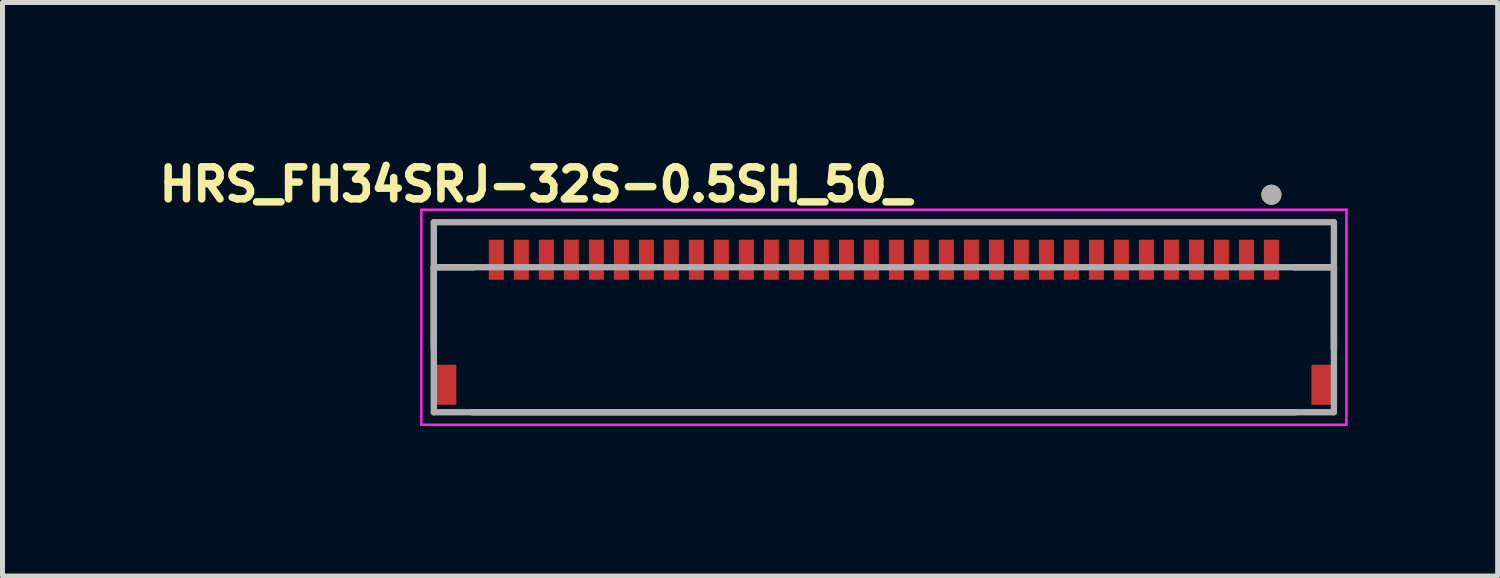
<source format=kicad_pcb>
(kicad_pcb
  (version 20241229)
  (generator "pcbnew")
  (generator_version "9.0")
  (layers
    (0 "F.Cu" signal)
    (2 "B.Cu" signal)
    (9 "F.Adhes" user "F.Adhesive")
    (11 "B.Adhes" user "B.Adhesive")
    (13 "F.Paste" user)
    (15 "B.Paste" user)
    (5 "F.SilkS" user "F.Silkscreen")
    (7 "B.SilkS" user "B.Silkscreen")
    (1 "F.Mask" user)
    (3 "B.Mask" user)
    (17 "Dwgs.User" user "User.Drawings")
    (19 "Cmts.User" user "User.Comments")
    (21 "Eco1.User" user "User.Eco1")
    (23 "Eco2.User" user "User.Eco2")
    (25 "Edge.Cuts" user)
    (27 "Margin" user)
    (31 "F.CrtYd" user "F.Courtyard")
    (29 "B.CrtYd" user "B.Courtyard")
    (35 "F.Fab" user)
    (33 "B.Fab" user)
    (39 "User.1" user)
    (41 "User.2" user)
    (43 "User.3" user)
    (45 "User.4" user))
  (footprint "HRS_FH34SRJ-32S-0.5SH_50_"
    (layer "F.Cu")
    (at 14.626 3.394)
    (property "Reference" "HRS_FH34SRJ-32S-0.5SH_50_" (at -6.968 -2.756 0) (layer "F.SilkS") (effects (font (size 0.64 0.64) (thickness 0.15))))
    (attr smd)
    (fp_line (start -9 -1.1) (end -9 0.53) (stroke (width 0.127) (type solid)) (layer "F.SilkS"))
    (fp_line (start -8.23 1.8) (end 8.23 1.8) (stroke (width 0.127) (type solid)) (layer "F.SilkS"))
    (fp_line (start -8.22 -1.1) (end -9 -1.1) (stroke (width 0.127) (type solid)) (layer "F.SilkS"))
    (fp_line (start 8.22 -1.1) (end 9 -1.1) (stroke (width 0.127) (type solid)) (layer "F.SilkS"))
    (fp_line (start 9 -1.1) (end 9 0.53) (stroke (width 0.127) (type solid)) (layer "F.SilkS"))
    (fp_circle (center 7.75 -2.55) (end 7.85 -2.55) (stroke (width 0.2) (type solid)) (fill no) (layer "F.SilkS"))
    (fp_poly (pts (xy -7.875 -1.65) (xy -7.625 -1.65) (xy -7.625 -1) (xy -7.875 -1)) (stroke (width 0.01) (type solid)) (fill yes) (layer "F.Paste"))
    (fp_poly (pts (xy -7.375 -1.65) (xy -7.125 -1.65) (xy -7.125 -1) (xy -7.375 -1)) (stroke (width 0.01) (type solid)) (fill yes) (layer "F.Paste"))
    (fp_poly (pts (xy -6.875 -1.65) (xy -6.625 -1.65) (xy -6.625 -1) (xy -6.875 -1)) (stroke (width 0.01) (type solid)) (fill yes) (layer "F.Paste"))
    (fp_poly (pts (xy -6.375 -1.65) (xy -6.125 -1.65) (xy -6.125 -1) (xy -6.375 -1)) (stroke (width 0.01) (type solid)) (fill yes) (layer "F.Paste"))
    (fp_poly (pts (xy -5.875 -1.65) (xy -5.625 -1.65) (xy -5.625 -1) (xy -5.875 -1)) (stroke (width 0.01) (type solid)) (fill yes) (layer "F.Paste"))
    (fp_poly (pts (xy -5.375 -1.65) (xy -5.125 -1.65) (xy -5.125 -1) (xy -5.375 -1)) (stroke (width 0.01) (type solid)) (fill yes) (layer "F.Paste"))
    (fp_poly (pts (xy -4.875 -1.65) (xy -4.625 -1.65) (xy -4.625 -1) (xy -4.875 -1)) (stroke (width 0.01) (type solid)) (fill yes) (layer "F.Paste"))
    (fp_poly (pts (xy -4.375 -1.65) (xy -4.125 -1.65) (xy -4.125 -1) (xy -4.375 -1)) (stroke (width 0.01) (type solid)) (fill yes) (layer "F.Paste"))
    (fp_poly (pts (xy -3.875 -1.65) (xy -3.625 -1.65) (xy -3.625 -1) (xy -3.875 -1)) (stroke (width 0.01) (type solid)) (fill yes) (layer "F.Paste"))
    (fp_poly (pts (xy -3.375 -1.65) (xy -3.125 -1.65) (xy -3.125 -1) (xy -3.375 -1)) (stroke (width 0.01) (type solid)) (fill yes) (layer "F.Paste"))
    (fp_poly (pts (xy -2.875 -1.65) (xy -2.625 -1.65) (xy -2.625 -1) (xy -2.875 -1)) (stroke (width 0.01) (type solid)) (fill yes) (layer "F.Paste"))
    (fp_poly (pts (xy -2.375 -1.65) (xy -2.125 -1.65) (xy -2.125 -1) (xy -2.375 -1)) (stroke (width 0.01) (type solid)) (fill yes) (layer "F.Paste"))
    (fp_poly (pts (xy -1.875 -1.65) (xy -1.625 -1.65) (xy -1.625 -1) (xy -1.875 -1)) (stroke (width 0.01) (type solid)) (fill yes) (layer "F.Paste"))
    (fp_poly (pts (xy -1.375 -1.65) (xy -1.125 -1.65) (xy -1.125 -1) (xy -1.375 -1)) (stroke (width 0.01) (type solid)) (fill yes) (layer "F.Paste"))
    (fp_poly (pts (xy -0.875 -1.65) (xy -0.625 -1.65) (xy -0.625 -1) (xy -0.875 -1)) (stroke (width 0.01) (type solid)) (fill yes) (layer "F.Paste"))
    (fp_poly (pts (xy -0.375 -1.65) (xy -0.125 -1.65) (xy -0.125 -1) (xy -0.375 -1)) (stroke (width 0.01) (type solid)) (fill yes) (layer "F.Paste"))
    (fp_poly (pts (xy 0.125 -1.65) (xy 0.375 -1.65) (xy 0.375 -1) (xy 0.125 -1)) (stroke (width 0.01) (type solid)) (fill yes) (layer "F.Paste"))
    (fp_poly (pts (xy 0.625 -1.65) (xy 0.875 -1.65) (xy 0.875 -1) (xy 0.625 -1)) (stroke (width 0.01) (type solid)) (fill yes) (layer "F.Paste"))
    (fp_poly (pts (xy 1.125 -1.65) (xy 1.375 -1.65) (xy 1.375 -1) (xy 1.125 -1)) (stroke (width 0.01) (type solid)) (fill yes) (layer "F.Paste"))
    (fp_poly (pts (xy 1.625 -1.65) (xy 1.875 -1.65) (xy 1.875 -1) (xy 1.625 -1)) (stroke (width 0.01) (type solid)) (fill yes) (layer "F.Paste"))
    (fp_poly (pts (xy 2.125 -1.65) (xy 2.375 -1.65) (xy 2.375 -1) (xy 2.125 -1)) (stroke (width 0.01) (type solid)) (fill yes) (layer "F.Paste"))
    (fp_poly (pts (xy 2.625 -1.65) (xy 2.875 -1.65) (xy 2.875 -1) (xy 2.625 -1)) (stroke (width 0.01) (type solid)) (fill yes) (layer "F.Paste"))
    (fp_poly (pts (xy 3.125 -1.65) (xy 3.375 -1.65) (xy 3.375 -1) (xy 3.125 -1)) (stroke (width 0.01) (type solid)) (fill yes) (layer "F.Paste"))
    (fp_poly (pts (xy 3.625 -1.65) (xy 3.875 -1.65) (xy 3.875 -1) (xy 3.625 -1)) (stroke (width 0.01) (type solid)) (fill yes) (layer "F.Paste"))
    (fp_poly (pts (xy 4.125 -1.65) (xy 4.375 -1.65) (xy 4.375 -1) (xy 4.125 -1)) (stroke (width 0.01) (type solid)) (fill yes) (layer "F.Paste"))
    (fp_poly (pts (xy 4.625 -1.65) (xy 4.875 -1.65) (xy 4.875 -1) (xy 4.625 -1)) (stroke (width 0.01) (type solid)) (fill yes) (layer "F.Paste"))
    (fp_poly (pts (xy 5.125 -1.65) (xy 5.375 -1.65) (xy 5.375 -1) (xy 5.125 -1)) (stroke (width 0.01) (type solid)) (fill yes) (layer "F.Paste"))
    (fp_poly (pts (xy 5.625 -1.65) (xy 5.875 -1.65) (xy 5.875 -1) (xy 5.625 -1)) (stroke (width 0.01) (type solid)) (fill yes) (layer "F.Paste"))
    (fp_poly (pts (xy 6.125 -1.65) (xy 6.375 -1.65) (xy 6.375 -1) (xy 6.125 -1)) (stroke (width 0.01) (type solid)) (fill yes) (layer "F.Paste"))
    (fp_poly (pts (xy 6.625 -1.65) (xy 6.875 -1.65) (xy 6.875 -1) (xy 6.625 -1)) (stroke (width 0.01) (type solid)) (fill yes) (layer "F.Paste"))
    (fp_poly (pts (xy 7.125 -1.65) (xy 7.375 -1.65) (xy 7.375 -1) (xy 7.125 -1)) (stroke (width 0.01) (type solid)) (fill yes) (layer "F.Paste"))
    (fp_poly (pts (xy 7.625 -1.65) (xy 7.875 -1.65) (xy 7.875 -1) (xy 7.625 -1)) (stroke (width 0.01) (type solid)) (fill yes) (layer "F.Paste"))
    (fp_line (start -9.25 -2.25) (end -9.25 2.05) (stroke (width 0.05) (type solid)) (layer "F.CrtYd"))
    (fp_line (start -9.25 2.05) (end 9.25 2.05) (stroke (width 0.05) (type solid)) (layer "F.CrtYd"))
    (fp_line (start 9.25 -2.25) (end -9.25 -2.25) (stroke (width 0.05) (type solid)) (layer "F.CrtYd"))
    (fp_line (start 9.25 2.05) (end 9.25 -2.25) (stroke (width 0.05) (type solid)) (layer "F.CrtYd"))
    (fp_line (start -9 -2) (end 9 -2) (stroke (width 0.127) (type solid)) (layer "F.Fab"))
    (fp_line (start -9 -1.1) (end -9 -2) (stroke (width 0.127) (type solid)) (layer "F.Fab"))
    (fp_line (start -9 -1.1) (end 9 -1.1) (stroke (width 0.127) (type solid)) (layer "F.Fab"))
    (fp_line (start -9 1.8) (end -9 -1.1) (stroke (width 0.127) (type solid)) (layer "F.Fab"))
    (fp_line (start 9 -2) (end 9 -1.1) (stroke (width 0.127) (type solid)) (layer "F.Fab"))
    (fp_line (start 9 -1.1) (end 9 1.8) (stroke (width 0.127) (type solid)) (layer "F.Fab"))
    (fp_line (start 9 1.8) (end -9 1.8) (stroke (width 0.127) (type solid)) (layer "F.Fab"))
    (fp_circle (center 7.75 -2.55) (end 7.85 -2.55) (stroke (width 0.2) (type solid)) (fill no) (layer "F.Fab"))
    (pad "1" smd rect (at 7.75 -1.25) (size 0.3 0.8) (layers "F.Cu" "F.Mask"))
    (pad "2" smd rect (at 7.25 -1.25) (size 0.3 0.8) (layers "F.Cu" "F.Mask"))
    (pad "3" smd rect (at 6.75 -1.25) (size 0.3 0.8) (layers "F.Cu" "F.Mask"))
    (pad "4" smd rect (at 6.25 -1.25) (size 0.3 0.8) (layers "F.Cu" "F.Mask"))
    (pad "5" smd rect (at 5.75 -1.25) (size 0.3 0.8) (layers "F.Cu" "F.Mask"))
    (pad "6" smd rect (at 5.25 -1.25) (size 0.3 0.8) (layers "F.Cu" "F.Mask"))
    (pad "7" smd rect (at 4.75 -1.25) (size 0.3 0.8) (layers "F.Cu" "F.Mask"))
    (pad "8" smd rect (at 4.25 -1.25) (size 0.3 0.8) (layers "F.Cu" "F.Mask"))
    (pad "9" smd rect (at 3.75 -1.25) (size 0.3 0.8) (layers "F.Cu" "F.Mask"))
    (pad "10" smd rect (at 3.25 -1.25) (size 0.3 0.8) (layers "F.Cu" "F.Mask"))
    (pad "11" smd rect (at 2.75 -1.25) (size 0.3 0.8) (layers "F.Cu" "F.Mask"))
    (pad "12" smd rect (at 2.25 -1.25) (size 0.3 0.8) (layers "F.Cu" "F.Mask"))
    (pad "13" smd rect (at 1.75 -1.25) (size 0.3 0.8) (layers "F.Cu" "F.Mask"))
    (pad "14" smd rect (at 1.25 -1.25) (size 0.3 0.8) (layers "F.Cu" "F.Mask"))
    (pad "15" smd rect (at 0.75 -1.25) (size 0.3 0.8) (layers "F.Cu" "F.Mask"))
    (pad "16" smd rect (at 0.25 -1.25) (size 0.3 0.8) (layers "F.Cu" "F.Mask"))
    (pad "17" smd rect (at -0.25 -1.25) (size 0.3 0.8) (layers "F.Cu" "F.Mask"))
    (pad "18" smd rect (at -0.75 -1.25) (size 0.3 0.8) (layers "F.Cu" "F.Mask"))
    (pad "19" smd rect (at -1.25 -1.25) (size 0.3 0.8) (layers "F.Cu" "F.Mask"))
    (pad "20" smd rect (at -1.75 -1.25) (size 0.3 0.8) (layers "F.Cu" "F.Mask"))
    (pad "21" smd rect (at -2.25 -1.25) (size 0.3 0.8) (layers "F.Cu" "F.Mask"))
    (pad "22" smd rect (at -2.75 -1.25) (size 0.3 0.8) (layers "F.Cu" "F.Mask"))
    (pad "23" smd rect (at -3.25 -1.25) (size 0.3 0.8) (layers "F.Cu" "F.Mask"))
    (pad "24" smd rect (at -3.75 -1.25) (size 0.3 0.8) (layers "F.Cu" "F.Mask"))
    (pad "25" smd rect (at -4.25 -1.25) (size 0.3 0.8) (layers "F.Cu" "F.Mask"))
    (pad "26" smd rect (at -4.75 -1.25) (size 0.3 0.8) (layers "F.Cu" "F.Mask"))
    (pad "27" smd rect (at -5.25 -1.25) (size 0.3 0.8) (layers "F.Cu" "F.Mask"))
    (pad "28" smd rect (at -5.75 -1.25) (size 0.3 0.8) (layers "F.Cu" "F.Mask"))
    (pad "29" smd rect (at -6.25 -1.25) (size 0.3 0.8) (layers "F.Cu" "F.Mask"))
    (pad "30" smd rect (at -6.75 -1.25) (size 0.3 0.8) (layers "F.Cu" "F.Mask"))
    (pad "31" smd rect (at -7.25 -1.25) (size 0.3 0.8) (layers "F.Cu" "F.Mask"))
    (pad "32" smd rect (at -7.75 -1.25) (size 0.3 0.8) (layers "F.Cu" "F.Mask"))
    (pad "S1" smd rect (at 8.75 1.25) (size 0.4 0.8) (layers "F.Cu" "F.Mask" "F.Paste"))
    (pad "S2" smd rect (at -8.75 1.25) (size 0.4 0.8) (layers "F.Cu" "F.Mask" "F.Paste")))
  (gr_rect
    (start -3 -3)
    (end 26.901 8.469)
    (stroke (width 0.1) (type default))
    (fill no)
    (layer "Edge.Cuts")))
</source>
